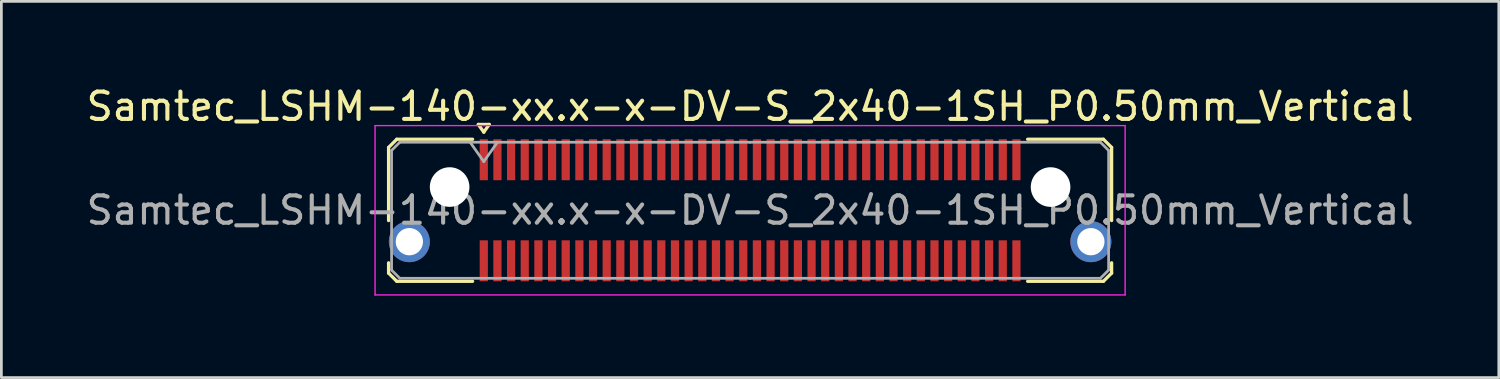
<source format=kicad_pcb>
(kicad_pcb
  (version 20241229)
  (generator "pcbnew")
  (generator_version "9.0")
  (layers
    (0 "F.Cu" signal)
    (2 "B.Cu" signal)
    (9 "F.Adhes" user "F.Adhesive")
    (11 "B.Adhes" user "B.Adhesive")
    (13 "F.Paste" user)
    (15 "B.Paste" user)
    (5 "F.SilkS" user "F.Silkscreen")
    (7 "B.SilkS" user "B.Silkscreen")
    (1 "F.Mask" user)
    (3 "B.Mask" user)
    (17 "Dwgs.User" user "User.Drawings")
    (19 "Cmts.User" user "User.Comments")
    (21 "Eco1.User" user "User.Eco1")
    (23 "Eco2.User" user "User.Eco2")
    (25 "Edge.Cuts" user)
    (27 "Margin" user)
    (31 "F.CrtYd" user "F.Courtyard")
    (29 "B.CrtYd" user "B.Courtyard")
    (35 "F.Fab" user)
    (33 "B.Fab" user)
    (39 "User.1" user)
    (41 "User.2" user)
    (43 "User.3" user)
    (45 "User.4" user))
  (footprint "Samtec_LSHM-140-xx.x-x-DV-S_2x40-1SH_P0.50mm_Vertical"
    (layer "F.Cu")
    (at 24.411 4.648)
    (property "Reference" "Samtec_LSHM-140-xx.x-x-DV-S_2x40-1SH_P0.50mm_Vertical" (at 0 -3.8 0) (layer "F.SilkS") (effects (font (size 1 1) (thickness 0.15))))
    (attr smd)
    (fp_line (start -13.235 -2.3) (end -13.235 0.377) (stroke (width 0.12) (type solid)) (layer "F.SilkS"))
    (fp_line (start -13.235 1.923) (end -13.235 2.3) (stroke (width 0.12) (type solid)) (layer "F.SilkS"))
    (fp_line (start -13.235 2.3) (end -12.935 2.6) (stroke (width 0.12) (type solid)) (layer "F.SilkS"))
    (fp_line (start -12.935 -2.6) (end -13.235 -2.3) (stroke (width 0.12) (type solid)) (layer "F.SilkS"))
    (fp_line (start -12.935 2.6) (end -10.16 2.6) (stroke (width 0.12) (type solid)) (layer "F.SilkS"))
    (fp_line (start -10.16 -2.6) (end -12.935 -2.6) (stroke (width 0.12) (type solid)) (layer "F.SilkS"))
    (fp_line (start -9.95 -3.143) (end -9.55 -3.143) (stroke (width 0.12) (type solid)) (layer "F.SilkS"))
    (fp_line (start -9.75 -2.86) (end -9.95 -3.143) (stroke (width 0.12) (type solid)) (layer "F.SilkS"))
    (fp_line (start -9.55 -3.143) (end -9.75 -2.86) (stroke (width 0.12) (type solid)) (layer "F.SilkS"))
    (fp_line (start 10.16 -2.6) (end 12.935 -2.6) (stroke (width 0.12) (type solid)) (layer "F.SilkS"))
    (fp_line (start 12.935 -2.6) (end 13.235 -2.3) (stroke (width 0.12) (type solid)) (layer "F.SilkS"))
    (fp_line (start 12.935 2.6) (end 10.16 2.6) (stroke (width 0.12) (type solid)) (layer "F.SilkS"))
    (fp_line (start 13.235 -2.3) (end 13.235 0.377) (stroke (width 0.12) (type solid)) (layer "F.SilkS"))
    (fp_line (start 13.235 1.923) (end 13.235 2.3) (stroke (width 0.12) (type solid)) (layer "F.SilkS"))
    (fp_line (start 13.235 2.3) (end 12.935 2.6) (stroke (width 0.12) (type solid)) (layer "F.SilkS"))
    (fp_line (start -13.73 -3.1) (end -13.73 3.1) (stroke (width 0.05) (type solid)) (layer "F.CrtYd"))
    (fp_line (start -13.73 3.1) (end 13.73 3.1) (stroke (width 0.05) (type solid)) (layer "F.CrtYd"))
    (fp_line (start 13.73 -3.1) (end -13.73 -3.1) (stroke (width 0.05) (type solid)) (layer "F.CrtYd"))
    (fp_line (start 13.73 3.1) (end 13.73 -3.1) (stroke (width 0.05) (type solid)) (layer "F.CrtYd"))
    (fp_line (start -13.125 -2.19) (end -13.125 2.19) (stroke (width 0.1) (type solid)) (layer "F.Fab"))
    (fp_line (start -13.125 2.19) (end -12.825 2.49) (stroke (width 0.1) (type solid)) (layer "F.Fab"))
    (fp_line (start -12.825 -2.49) (end -13.125 -2.19) (stroke (width 0.1) (type solid)) (layer "F.Fab"))
    (fp_line (start -12.825 2.49) (end 0 2.49) (stroke (width 0.1) (type solid)) (layer "F.Fab"))
    (fp_line (start -10.25 -2.49) (end -9.75 -1.783) (stroke (width 0.1) (type solid)) (layer "F.Fab"))
    (fp_line (start -9.75 -1.783) (end -9.25 -2.49) (stroke (width 0.1) (type solid)) (layer "F.Fab"))
    (fp_line (start 0 -2.49) (end -12.825 -2.49) (stroke (width 0.1) (type solid)) (layer "F.Fab"))
    (fp_line (start 0 -2.49) (end 12.825 -2.49) (stroke (width 0.1) (type solid)) (layer "F.Fab"))
    (fp_line (start 12.825 -2.49) (end 13.125 -2.19) (stroke (width 0.1) (type solid)) (layer "F.Fab"))
    (fp_line (start 12.825 2.49) (end 0 2.49) (stroke (width 0.1) (type solid)) (layer "F.Fab"))
    (fp_line (start 13.125 -2.19) (end 13.125 2.19) (stroke (width 0.1) (type solid)) (layer "F.Fab"))
    (fp_line (start 13.125 2.19) (end 12.825 2.49) (stroke (width 0.1) (type solid)) (layer "F.Fab"))
    (fp_text user "${REFERENCE}" (at 0 0 0) (layer "F.Fab") (effects (font (size 1 1) (thickness 0.15))))
    (pad "" np_thru_hole circle (at -11 -0.85) (size 1.45 1.45) (drill 1.45) (layers "*.Cu" "*.Mask"))
    (pad "" np_thru_hole circle (at 11 -0.85) (size 1.45 1.45) (drill 1.45) (layers "*.Cu" "*.Mask"))
    (pad "1" smd rect (at -9.75 -1.85) (size 0.3 1.5) (layers "F.Cu" "F.Mask" "F.Paste"))
    (pad "2" smd rect (at -9.75 1.85) (size 0.3 1.5) (layers "F.Cu" "F.Mask" "F.Paste"))
    (pad "3" smd rect (at -9.25 -1.85) (size 0.3 1.5) (layers "F.Cu" "F.Mask" "F.Paste"))
    (pad "4" smd rect (at -9.25 1.85) (size 0.3 1.5) (layers "F.Cu" "F.Mask" "F.Paste"))
    (pad "5" smd rect (at -8.75 -1.85) (size 0.3 1.5) (layers "F.Cu" "F.Mask" "F.Paste"))
    (pad "6" smd rect (at -8.75 1.85) (size 0.3 1.5) (layers "F.Cu" "F.Mask" "F.Paste"))
    (pad "7" smd rect (at -8.25 -1.85) (size 0.3 1.5) (layers "F.Cu" "F.Mask" "F.Paste"))
    (pad "8" smd rect (at -8.25 1.85) (size 0.3 1.5) (layers "F.Cu" "F.Mask" "F.Paste"))
    (pad "9" smd rect (at -7.75 -1.85) (size 0.3 1.5) (layers "F.Cu" "F.Mask" "F.Paste"))
    (pad "10" smd rect (at -7.75 1.85) (size 0.3 1.5) (layers "F.Cu" "F.Mask" "F.Paste"))
    (pad "11" smd rect (at -7.25 -1.85) (size 0.3 1.5) (layers "F.Cu" "F.Mask" "F.Paste"))
    (pad "12" smd rect (at -7.25 1.85) (size 0.3 1.5) (layers "F.Cu" "F.Mask" "F.Paste"))
    (pad "13" smd rect (at -6.75 -1.85) (size 0.3 1.5) (layers "F.Cu" "F.Mask" "F.Paste"))
    (pad "14" smd rect (at -6.75 1.85) (size 0.3 1.5) (layers "F.Cu" "F.Mask" "F.Paste"))
    (pad "15" smd rect (at -6.25 -1.85) (size 0.3 1.5) (layers "F.Cu" "F.Mask" "F.Paste"))
    (pad "16" smd rect (at -6.25 1.85) (size 0.3 1.5) (layers "F.Cu" "F.Mask" "F.Paste"))
    (pad "17" smd rect (at -5.75 -1.85) (size 0.3 1.5) (layers "F.Cu" "F.Mask" "F.Paste"))
    (pad "18" smd rect (at -5.75 1.85) (size 0.3 1.5) (layers "F.Cu" "F.Mask" "F.Paste"))
    (pad "19" smd rect (at -5.25 -1.85) (size 0.3 1.5) (layers "F.Cu" "F.Mask" "F.Paste"))
    (pad "20" smd rect (at -5.25 1.85) (size 0.3 1.5) (layers "F.Cu" "F.Mask" "F.Paste"))
    (pad "21" smd rect (at -4.75 -1.85) (size 0.3 1.5) (layers "F.Cu" "F.Mask" "F.Paste"))
    (pad "22" smd rect (at -4.75 1.85) (size 0.3 1.5) (layers "F.Cu" "F.Mask" "F.Paste"))
    (pad "23" smd rect (at -4.25 -1.85) (size 0.3 1.5) (layers "F.Cu" "F.Mask" "F.Paste"))
    (pad "24" smd rect (at -4.25 1.85) (size 0.3 1.5) (layers "F.Cu" "F.Mask" "F.Paste"))
    (pad "25" smd rect (at -3.75 -1.85) (size 0.3 1.5) (layers "F.Cu" "F.Mask" "F.Paste"))
    (pad "26" smd rect (at -3.75 1.85) (size 0.3 1.5) (layers "F.Cu" "F.Mask" "F.Paste"))
    (pad "27" smd rect (at -3.25 -1.85) (size 0.3 1.5) (layers "F.Cu" "F.Mask" "F.Paste"))
    (pad "28" smd rect (at -3.25 1.85) (size 0.3 1.5) (layers "F.Cu" "F.Mask" "F.Paste"))
    (pad "29" smd rect (at -2.75 -1.85) (size 0.3 1.5) (layers "F.Cu" "F.Mask" "F.Paste"))
    (pad "30" smd rect (at -2.75 1.85) (size 0.3 1.5) (layers "F.Cu" "F.Mask" "F.Paste"))
    (pad "31" smd rect (at -2.25 -1.85) (size 0.3 1.5) (layers "F.Cu" "F.Mask" "F.Paste"))
    (pad "32" smd rect (at -2.25 1.85) (size 0.3 1.5) (layers "F.Cu" "F.Mask" "F.Paste"))
    (pad "33" smd rect (at -1.75 -1.85) (size 0.3 1.5) (layers "F.Cu" "F.Mask" "F.Paste"))
    (pad "34" smd rect (at -1.75 1.85) (size 0.3 1.5) (layers "F.Cu" "F.Mask" "F.Paste"))
    (pad "35" smd rect (at -1.25 -1.85) (size 0.3 1.5) (layers "F.Cu" "F.Mask" "F.Paste"))
    (pad "36" smd rect (at -1.25 1.85) (size 0.3 1.5) (layers "F.Cu" "F.Mask" "F.Paste"))
    (pad "37" smd rect (at -0.75 -1.85) (size 0.3 1.5) (layers "F.Cu" "F.Mask" "F.Paste"))
    (pad "38" smd rect (at -0.75 1.85) (size 0.3 1.5) (layers "F.Cu" "F.Mask" "F.Paste"))
    (pad "39" smd rect (at -0.25 -1.85) (size 0.3 1.5) (layers "F.Cu" "F.Mask" "F.Paste"))
    (pad "40" smd rect (at -0.25 1.85) (size 0.3 1.5) (layers "F.Cu" "F.Mask" "F.Paste"))
    (pad "41" smd rect (at 0.25 -1.85) (size 0.3 1.5) (layers "F.Cu" "F.Mask" "F.Paste"))
    (pad "42" smd rect (at 0.25 1.85) (size 0.3 1.5) (layers "F.Cu" "F.Mask" "F.Paste"))
    (pad "43" smd rect (at 0.75 -1.85) (size 0.3 1.5) (layers "F.Cu" "F.Mask" "F.Paste"))
    (pad "44" smd rect (at 0.75 1.85) (size 0.3 1.5) (layers "F.Cu" "F.Mask" "F.Paste"))
    (pad "45" smd rect (at 1.25 -1.85) (size 0.3 1.5) (layers "F.Cu" "F.Mask" "F.Paste"))
    (pad "46" smd rect (at 1.25 1.85) (size 0.3 1.5) (layers "F.Cu" "F.Mask" "F.Paste"))
    (pad "47" smd rect (at 1.75 -1.85) (size 0.3 1.5) (layers "F.Cu" "F.Mask" "F.Paste"))
    (pad "48" smd rect (at 1.75 1.85) (size 0.3 1.5) (layers "F.Cu" "F.Mask" "F.Paste"))
    (pad "49" smd rect (at 2.25 -1.85) (size 0.3 1.5) (layers "F.Cu" "F.Mask" "F.Paste"))
    (pad "50" smd rect (at 2.25 1.85) (size 0.3 1.5) (layers "F.Cu" "F.Mask" "F.Paste"))
    (pad "51" smd rect (at 2.75 -1.85) (size 0.3 1.5) (layers "F.Cu" "F.Mask" "F.Paste"))
    (pad "52" smd rect (at 2.75 1.85) (size 0.3 1.5) (layers "F.Cu" "F.Mask" "F.Paste"))
    (pad "53" smd rect (at 3.25 -1.85) (size 0.3 1.5) (layers "F.Cu" "F.Mask" "F.Paste"))
    (pad "54" smd rect (at 3.25 1.85) (size 0.3 1.5) (layers "F.Cu" "F.Mask" "F.Paste"))
    (pad "55" smd rect (at 3.75 -1.85) (size 0.3 1.5) (layers "F.Cu" "F.Mask" "F.Paste"))
    (pad "56" smd rect (at 3.75 1.85) (size 0.3 1.5) (layers "F.Cu" "F.Mask" "F.Paste"))
    (pad "57" smd rect (at 4.25 -1.85) (size 0.3 1.5) (layers "F.Cu" "F.Mask" "F.Paste"))
    (pad "58" smd rect (at 4.25 1.85) (size 0.3 1.5) (layers "F.Cu" "F.Mask" "F.Paste"))
    (pad "59" smd rect (at 4.75 -1.85) (size 0.3 1.5) (layers "F.Cu" "F.Mask" "F.Paste"))
    (pad "60" smd rect (at 4.75 1.85) (size 0.3 1.5) (layers "F.Cu" "F.Mask" "F.Paste"))
    (pad "61" smd rect (at 5.25 -1.85) (size 0.3 1.5) (layers "F.Cu" "F.Mask" "F.Paste"))
    (pad "62" smd rect (at 5.25 1.85) (size 0.3 1.5) (layers "F.Cu" "F.Mask" "F.Paste"))
    (pad "63" smd rect (at 5.75 -1.85) (size 0.3 1.5) (layers "F.Cu" "F.Mask" "F.Paste"))
    (pad "64" smd rect (at 5.75 1.85) (size 0.3 1.5) (layers "F.Cu" "F.Mask" "F.Paste"))
    (pad "65" smd rect (at 6.25 -1.85) (size 0.3 1.5) (layers "F.Cu" "F.Mask" "F.Paste"))
    (pad "66" smd rect (at 6.25 1.85) (size 0.3 1.5) (layers "F.Cu" "F.Mask" "F.Paste"))
    (pad "67" smd rect (at 6.75 -1.85) (size 0.3 1.5) (layers "F.Cu" "F.Mask" "F.Paste"))
    (pad "68" smd rect (at 6.75 1.85) (size 0.3 1.5) (layers "F.Cu" "F.Mask" "F.Paste"))
    (pad "69" smd rect (at 7.25 -1.85) (size 0.3 1.5) (layers "F.Cu" "F.Mask" "F.Paste"))
    (pad "70" smd rect (at 7.25 1.85) (size 0.3 1.5) (layers "F.Cu" "F.Mask" "F.Paste"))
    (pad "71" smd rect (at 7.75 -1.85) (size 0.3 1.5) (layers "F.Cu" "F.Mask" "F.Paste"))
    (pad "72" smd rect (at 7.75 1.85) (size 0.3 1.5) (layers "F.Cu" "F.Mask" "F.Paste"))
    (pad "73" smd rect (at 8.25 -1.85) (size 0.3 1.5) (layers "F.Cu" "F.Mask" "F.Paste"))
    (pad "74" smd rect (at 8.25 1.85) (size 0.3 1.5) (layers "F.Cu" "F.Mask" "F.Paste"))
    (pad "75" smd rect (at 8.75 -1.85) (size 0.3 1.5) (layers "F.Cu" "F.Mask" "F.Paste"))
    (pad "76" smd rect (at 8.75 1.85) (size 0.3 1.5) (layers "F.Cu" "F.Mask" "F.Paste"))
    (pad "77" smd rect (at 9.25 -1.85) (size 0.3 1.5) (layers "F.Cu" "F.Mask" "F.Paste"))
    (pad "78" smd rect (at 9.25 1.85) (size 0.3 1.5) (layers "F.Cu" "F.Mask" "F.Paste"))
    (pad "79" smd rect (at 9.75 -1.85) (size 0.3 1.5) (layers "F.Cu" "F.Mask" "F.Paste"))
    (pad "80" smd rect (at 9.75 1.85) (size 0.3 1.5) (layers "F.Cu" "F.Mask" "F.Paste"))
    (pad "SH" thru_hole circle (at -12.475 1.15) (size 1.5 1.5) (drill 1) (layers "*.Cu" "*.Mask"))
    (pad "SH" thru_hole circle (at 12.475 1.15) (size 1.5 1.5) (drill 1) (layers "*.Cu" "*.Mask")))
  (gr_rect
    (start -3 -3)
    (end 51.821 10.773)
    (stroke (width 0.1) (type default))
    (fill no)
    (layer "Edge.Cuts")))
</source>
